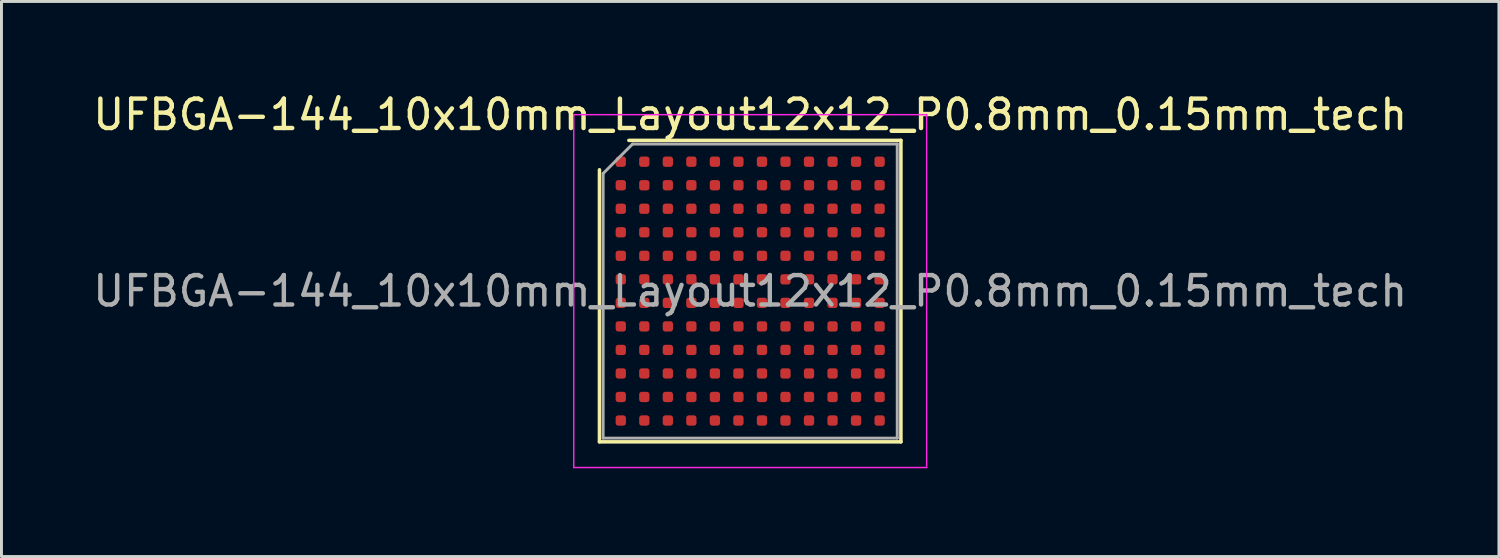
<source format=kicad_pcb>
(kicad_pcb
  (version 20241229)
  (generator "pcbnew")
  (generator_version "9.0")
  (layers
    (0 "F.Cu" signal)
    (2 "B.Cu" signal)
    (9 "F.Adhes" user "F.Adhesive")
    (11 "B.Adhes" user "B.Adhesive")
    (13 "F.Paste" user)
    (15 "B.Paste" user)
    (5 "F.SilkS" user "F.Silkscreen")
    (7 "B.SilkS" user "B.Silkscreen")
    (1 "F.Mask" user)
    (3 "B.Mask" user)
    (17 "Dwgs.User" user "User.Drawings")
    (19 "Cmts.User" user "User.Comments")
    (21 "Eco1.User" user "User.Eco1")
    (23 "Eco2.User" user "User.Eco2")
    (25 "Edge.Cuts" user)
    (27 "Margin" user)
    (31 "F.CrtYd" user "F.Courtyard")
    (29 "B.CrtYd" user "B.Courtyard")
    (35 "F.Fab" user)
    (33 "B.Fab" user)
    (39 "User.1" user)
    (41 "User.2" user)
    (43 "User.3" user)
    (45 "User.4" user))
  (footprint "UFBGA-144_10x10mm_Layout12x12_P0.8mm_0.15mm_tech"
    (layer "F.Cu")
    (at 22.458 6.848)
    (property "Reference" "UFBGA-144_10x10mm_Layout12x12_P0.8mm_0.15mm_tech" (at 0 -6 0) (layer "F.SilkS") (effects (font (size 1 1) (thickness 0.15))))
    (attr smd)
    (fp_line (start -5.125 5.125) (end -5.125 -4.125) (stroke (width 0.12) (type solid)) (layer "F.SilkS"))
    (fp_line (start -4.125 -5.125) (end 5.125 -5.125) (stroke (width 0.12) (type solid)) (layer "F.SilkS"))
    (fp_line (start 5.125 -5.125) (end 5.125 5.125) (stroke (width 0.12) (type solid)) (layer "F.SilkS"))
    (fp_line (start 5.125 5.125) (end -5.125 5.125) (stroke (width 0.12) (type solid)) (layer "F.SilkS"))
    (fp_line (start -6 -6) (end -6 6) (stroke (width 0.05) (type solid)) (layer "F.CrtYd"))
    (fp_line (start -6 6) (end 6 6) (stroke (width 0.05) (type solid)) (layer "F.CrtYd"))
    (fp_line (start 6 -6) (end -6 -6) (stroke (width 0.05) (type solid)) (layer "F.CrtYd"))
    (fp_line (start 6 6) (end 6 -6) (stroke (width 0.05) (type solid)) (layer "F.CrtYd"))
    (fp_line (start -5 -4) (end -4 -5) (stroke (width 0.1) (type solid)) (layer "F.Fab"))
    (fp_line (start -5 5) (end -5 -4) (stroke (width 0.1) (type solid)) (layer "F.Fab"))
    (fp_line (start -4 -5) (end 5 -5) (stroke (width 0.1) (type solid)) (layer "F.Fab"))
    (fp_line (start 5 -5) (end 5 5) (stroke (width 0.1) (type solid)) (layer "F.Fab"))
    (fp_line (start 5 5) (end -5 5) (stroke (width 0.1) (type solid)) (layer "F.Fab"))
    (fp_text user "${REFERENCE}" (at 0 0 0) (layer "F.Fab") (effects (font (size 1 1) (thickness 0.15))))
    (pad "" smd circle (at -4.4 -4.4) (size 0.4 0.4) (layers "F.Mask" "F.Paste"))
    (pad "" smd circle (at -4.4 -3.6) (size 0.4 0.4) (layers "F.Mask" "F.Paste"))
    (pad "" smd circle (at -4.4 -2.8) (size 0.4 0.4) (layers "F.Mask" "F.Paste"))
    (pad "" smd circle (at -4.4 -2) (size 0.4 0.4) (layers "F.Mask" "F.Paste"))
    (pad "" smd circle (at -4.4 -1.2) (size 0.4 0.4) (layers "F.Mask" "F.Paste"))
    (pad "" smd circle (at -4.4 -0.4) (size 0.4 0.4) (layers "F.Mask" "F.Paste"))
    (pad "" smd circle (at -4.4 0.4) (size 0.4 0.4) (layers "F.Mask" "F.Paste"))
    (pad "" smd circle (at -4.4 1.2) (size 0.4 0.4) (layers "F.Mask" "F.Paste"))
    (pad "" smd circle (at -4.4 2) (size 0.4 0.4) (layers "F.Mask" "F.Paste"))
    (pad "" smd circle (at -4.4 2.8) (size 0.4 0.4) (layers "F.Mask" "F.Paste"))
    (pad "" smd circle (at -4.4 3.6) (size 0.4 0.4) (layers "F.Mask" "F.Paste"))
    (pad "" smd circle (at -4.4 4.4) (size 0.4 0.4) (layers "F.Mask" "F.Paste"))
    (pad "" smd circle (at -3.6 -4.4) (size 0.4 0.4) (layers "F.Mask" "F.Paste"))
    (pad "" smd circle (at -3.6 -3.6) (size 0.4 0.4) (layers "F.Mask" "F.Paste"))
    (pad "" smd circle (at -3.6 -2.8) (size 0.4 0.4) (layers "F.Mask" "F.Paste"))
    (pad "" smd circle (at -3.6 -2) (size 0.4 0.4) (layers "F.Mask" "F.Paste"))
    (pad "" smd circle (at -3.6 -1.2) (size 0.4 0.4) (layers "F.Mask" "F.Paste"))
    (pad "" smd circle (at -3.6 -0.4) (size 0.4 0.4) (layers "F.Mask" "F.Paste"))
    (pad "" smd circle (at -3.6 0.4) (size 0.4 0.4) (layers "F.Mask" "F.Paste"))
    (pad "" smd circle (at -3.6 1.2) (size 0.4 0.4) (layers "F.Mask" "F.Paste"))
    (pad "" smd circle (at -3.6 2) (size 0.4 0.4) (layers "F.Mask" "F.Paste"))
    (pad "" smd circle (at -3.6 2.8) (size 0.4 0.4) (layers "F.Mask" "F.Paste"))
    (pad "" smd circle (at -3.6 3.6) (size 0.4 0.4) (layers "F.Mask" "F.Paste"))
    (pad "" smd circle (at -3.6 4.4) (size 0.4 0.4) (layers "F.Mask" "F.Paste"))
    (pad "" smd circle (at -2.8 -4.4) (size 0.4 0.4) (layers "F.Mask" "F.Paste"))
    (pad "" smd circle (at -2.8 -3.6) (size 0.4 0.4) (layers "F.Mask" "F.Paste"))
    (pad "" smd circle (at -2.8 -2.8) (size 0.4 0.4) (layers "F.Mask" "F.Paste"))
    (pad "" smd circle (at -2.8 -2) (size 0.4 0.4) (layers "F.Mask" "F.Paste"))
    (pad "" smd circle (at -2.8 -1.2) (size 0.4 0.4) (layers "F.Mask" "F.Paste"))
    (pad "" smd circle (at -2.8 -0.4) (size 0.4 0.4) (layers "F.Mask" "F.Paste"))
    (pad "" smd circle (at -2.8 0.4) (size 0.4 0.4) (layers "F.Mask" "F.Paste"))
    (pad "" smd circle (at -2.8 1.2) (size 0.4 0.4) (layers "F.Mask" "F.Paste"))
    (pad "" smd circle (at -2.8 2) (size 0.4 0.4) (layers "F.Mask" "F.Paste"))
    (pad "" smd circle (at -2.8 2.8) (size 0.4 0.4) (layers "F.Mask" "F.Paste"))
    (pad "" smd circle (at -2.8 3.6) (size 0.4 0.4) (layers "F.Mask" "F.Paste"))
    (pad "" smd circle (at -2.8 4.4) (size 0.4 0.4) (layers "F.Mask" "F.Paste"))
    (pad "" smd circle (at -2 -4.4) (size 0.4 0.4) (layers "F.Mask" "F.Paste"))
    (pad "" smd circle (at -2 -3.6) (size 0.4 0.4) (layers "F.Mask" "F.Paste"))
    (pad "" smd circle (at -2 -2.8) (size 0.4 0.4) (layers "F.Mask" "F.Paste"))
    (pad "" smd circle (at -2 -2) (size 0.4 0.4) (layers "F.Mask" "F.Paste"))
    (pad "" smd circle (at -2 -1.2) (size 0.4 0.4) (layers "F.Mask" "F.Paste"))
    (pad "" smd circle (at -2 -0.4) (size 0.4 0.4) (layers "F.Mask" "F.Paste"))
    (pad "" smd circle (at -2 0.4) (size 0.4 0.4) (layers "F.Mask" "F.Paste"))
    (pad "" smd circle (at -2 1.2) (size 0.4 0.4) (layers "F.Mask" "F.Paste"))
    (pad "" smd circle (at -2 2) (size 0.4 0.4) (layers "F.Mask" "F.Paste"))
    (pad "" smd circle (at -2 2.8) (size 0.4 0.4) (layers "F.Mask" "F.Paste"))
    (pad "" smd circle (at -2 3.6) (size 0.4 0.4) (layers "F.Mask" "F.Paste"))
    (pad "" smd circle (at -2 4.4) (size 0.4 0.4) (layers "F.Mask" "F.Paste"))
    (pad "" smd circle (at -1.2 -4.4) (size 0.4 0.4) (layers "F.Mask" "F.Paste"))
    (pad "" smd circle (at -1.2 -3.6) (size 0.4 0.4) (layers "F.Mask" "F.Paste"))
    (pad "" smd circle (at -1.2 -2.8) (size 0.4 0.4) (layers "F.Mask" "F.Paste"))
    (pad "" smd circle (at -1.2 -2) (size 0.4 0.4) (layers "F.Mask" "F.Paste"))
    (pad "" smd circle (at -1.2 -1.2) (size 0.4 0.4) (layers "F.Mask" "F.Paste"))
    (pad "" smd circle (at -1.2 -0.4) (size 0.4 0.4) (layers "F.Mask" "F.Paste"))
    (pad "" smd circle (at -1.2 0.4) (size 0.4 0.4) (layers "F.Mask" "F.Paste"))
    (pad "" smd circle (at -1.2 1.2) (size 0.4 0.4) (layers "F.Mask" "F.Paste"))
    (pad "" smd circle (at -1.2 2) (size 0.4 0.4) (layers "F.Mask" "F.Paste"))
    (pad "" smd circle (at -1.2 2.8) (size 0.4 0.4) (layers "F.Mask" "F.Paste"))
    (pad "" smd circle (at -1.2 3.6) (size 0.4 0.4) (layers "F.Mask" "F.Paste"))
    (pad "" smd circle (at -1.2 4.4) (size 0.4 0.4) (layers "F.Mask" "F.Paste"))
    (pad "" smd circle (at -0.4 -4.4) (size 0.4 0.4) (layers "F.Mask" "F.Paste"))
    (pad "" smd circle (at -0.4 -3.6) (size 0.4 0.4) (layers "F.Mask" "F.Paste"))
    (pad "" smd circle (at -0.4 -2.8) (size 0.4 0.4) (layers "F.Mask" "F.Paste"))
    (pad "" smd circle (at -0.4 -2) (size 0.4 0.4) (layers "F.Mask" "F.Paste"))
    (pad "" smd circle (at -0.4 -1.2) (size 0.4 0.4) (layers "F.Mask" "F.Paste"))
    (pad "" smd circle (at -0.4 -0.4) (size 0.4 0.4) (layers "F.Mask" "F.Paste"))
    (pad "" smd circle (at -0.4 0.4) (size 0.4 0.4) (layers "F.Mask" "F.Paste"))
    (pad "" smd circle (at -0.4 1.2) (size 0.4 0.4) (layers "F.Mask" "F.Paste"))
    (pad "" smd circle (at -0.4 2) (size 0.4 0.4) (layers "F.Mask" "F.Paste"))
    (pad "" smd circle (at -0.4 2.8) (size 0.4 0.4) (layers "F.Mask" "F.Paste"))
    (pad "" smd circle (at -0.4 3.6) (size 0.4 0.4) (layers "F.Mask" "F.Paste"))
    (pad "" smd circle (at -0.4 4.4) (size 0.4 0.4) (layers "F.Mask" "F.Paste"))
    (pad "" smd circle (at 0.4 -4.4) (size 0.4 0.4) (layers "F.Mask" "F.Paste"))
    (pad "" smd circle (at 0.4 -3.6) (size 0.4 0.4) (layers "F.Mask" "F.Paste"))
    (pad "" smd circle (at 0.4 -2.8) (size 0.4 0.4) (layers "F.Mask" "F.Paste"))
    (pad "" smd circle (at 0.4 -2) (size 0.4 0.4) (layers "F.Mask" "F.Paste"))
    (pad "" smd circle (at 0.4 -1.2) (size 0.4 0.4) (layers "F.Mask" "F.Paste"))
    (pad "" smd circle (at 0.4 -0.4) (size 0.4 0.4) (layers "F.Mask" "F.Paste"))
    (pad "" smd circle (at 0.4 0.4) (size 0.4 0.4) (layers "F.Mask" "F.Paste"))
    (pad "" smd circle (at 0.4 1.2) (size 0.4 0.4) (layers "F.Mask" "F.Paste"))
    (pad "" smd circle (at 0.4 2) (size 0.4 0.4) (layers "F.Mask" "F.Paste"))
    (pad "" smd circle (at 0.4 2.8) (size 0.4 0.4) (layers "F.Mask" "F.Paste"))
    (pad "" smd circle (at 0.4 3.6) (size 0.4 0.4) (layers "F.Mask" "F.Paste"))
    (pad "" smd circle (at 0.4 4.4) (size 0.4 0.4) (layers "F.Mask" "F.Paste"))
    (pad "" smd circle (at 1.2 -4.4) (size 0.4 0.4) (layers "F.Mask" "F.Paste"))
    (pad "" smd circle (at 1.2 -3.6) (size 0.4 0.4) (layers "F.Mask" "F.Paste"))
    (pad "" smd circle (at 1.2 -2.8) (size 0.4 0.4) (layers "F.Mask" "F.Paste"))
    (pad "" smd circle (at 1.2 -2) (size 0.4 0.4) (layers "F.Mask" "F.Paste"))
    (pad "" smd circle (at 1.2 -1.2) (size 0.4 0.4) (layers "F.Mask" "F.Paste"))
    (pad "" smd circle (at 1.2 -0.4) (size 0.4 0.4) (layers "F.Mask" "F.Paste"))
    (pad "" smd circle (at 1.2 0.4) (size 0.4 0.4) (layers "F.Mask" "F.Paste"))
    (pad "" smd circle (at 1.2 1.2) (size 0.4 0.4) (layers "F.Mask" "F.Paste"))
    (pad "" smd circle (at 1.2 2) (size 0.4 0.4) (layers "F.Mask" "F.Paste"))
    (pad "" smd circle (at 1.2 2.8) (size 0.4 0.4) (layers "F.Mask" "F.Paste"))
    (pad "" smd circle (at 1.2 3.6) (size 0.4 0.4) (layers "F.Mask" "F.Paste"))
    (pad "" smd circle (at 1.2 4.4) (size 0.4 0.4) (layers "F.Mask" "F.Paste"))
    (pad "" smd circle (at 2 -4.4) (size 0.4 0.4) (layers "F.Mask" "F.Paste"))
    (pad "" smd circle (at 2 -3.6) (size 0.4 0.4) (layers "F.Mask" "F.Paste"))
    (pad "" smd circle (at 2 -2.8) (size 0.4 0.4) (layers "F.Mask" "F.Paste"))
    (pad "" smd circle (at 2 -2) (size 0.4 0.4) (layers "F.Mask" "F.Paste"))
    (pad "" smd circle (at 2 -1.2) (size 0.4 0.4) (layers "F.Mask" "F.Paste"))
    (pad "" smd circle (at 2 -0.4) (size 0.4 0.4) (layers "F.Mask" "F.Paste"))
    (pad "" smd circle (at 2 0.4) (size 0.4 0.4) (layers "F.Mask" "F.Paste"))
    (pad "" smd circle (at 2 1.2) (size 0.4 0.4) (layers "F.Mask" "F.Paste"))
    (pad "" smd circle (at 2 2) (size 0.4 0.4) (layers "F.Mask" "F.Paste"))
    (pad "" smd circle (at 2 2.8) (size 0.4 0.4) (layers "F.Mask" "F.Paste"))
    (pad "" smd circle (at 2 3.6) (size 0.4 0.4) (layers "F.Mask" "F.Paste"))
    (pad "" smd circle (at 2 4.4) (size 0.4 0.4) (layers "F.Mask" "F.Paste"))
    (pad "" smd circle (at 2.8 -4.4) (size 0.4 0.4) (layers "F.Mask" "F.Paste"))
    (pad "" smd circle (at 2.8 -3.6) (size 0.4 0.4) (layers "F.Mask" "F.Paste"))
    (pad "" smd circle (at 2.8 -2.8) (size 0.4 0.4) (layers "F.Mask" "F.Paste"))
    (pad "" smd circle (at 2.8 -2) (size 0.4 0.4) (layers "F.Mask" "F.Paste"))
    (pad "" smd circle (at 2.8 -1.2) (size 0.4 0.4) (layers "F.Mask" "F.Paste"))
    (pad "" smd circle (at 2.8 -0.4) (size 0.4 0.4) (layers "F.Mask" "F.Paste"))
    (pad "" smd circle (at 2.8 0.4) (size 0.4 0.4) (layers "F.Mask" "F.Paste"))
    (pad "" smd circle (at 2.8 1.2) (size 0.4 0.4) (layers "F.Mask" "F.Paste"))
    (pad "" smd circle (at 2.8 2) (size 0.4 0.4) (layers "F.Mask" "F.Paste"))
    (pad "" smd circle (at 2.8 2.8) (size 0.4 0.4) (layers "F.Mask" "F.Paste"))
    (pad "" smd circle (at 2.8 3.6) (size 0.4 0.4) (layers "F.Mask" "F.Paste"))
    (pad "" smd circle (at 2.8 4.4) (size 0.4 0.4) (layers "F.Mask" "F.Paste"))
    (pad "" smd circle (at 3.6 -4.4) (size 0.4 0.4) (layers "F.Mask" "F.Paste"))
    (pad "" smd circle (at 3.6 -3.6) (size 0.4 0.4) (layers "F.Mask" "F.Paste"))
    (pad "" smd circle (at 3.6 -2.8) (size 0.4 0.4) (layers "F.Mask" "F.Paste"))
    (pad "" smd circle (at 3.6 -2) (size 0.4 0.4) (layers "F.Mask" "F.Paste"))
    (pad "" smd circle (at 3.6 -1.2) (size 0.4 0.4) (layers "F.Mask" "F.Paste"))
    (pad "" smd circle (at 3.6 -0.4) (size 0.4 0.4) (layers "F.Mask" "F.Paste"))
    (pad "" smd circle (at 3.6 0.4) (size 0.4 0.4) (layers "F.Mask" "F.Paste"))
    (pad "" smd circle (at 3.6 1.2) (size 0.4 0.4) (layers "F.Mask" "F.Paste"))
    (pad "" smd circle (at 3.6 2) (size 0.4 0.4) (layers "F.Mask" "F.Paste"))
    (pad "" smd circle (at 3.6 2.8) (size 0.4 0.4) (layers "F.Mask" "F.Paste"))
    (pad "" smd circle (at 3.6 3.6) (size 0.4 0.4) (layers "F.Mask" "F.Paste"))
    (pad "" smd circle (at 3.6 4.4) (size 0.4 0.4) (layers "F.Mask" "F.Paste"))
    (pad "" smd circle (at 4.4 -4.4) (size 0.4 0.4) (layers "F.Mask" "F.Paste"))
    (pad "" smd circle (at 4.4 -3.6) (size 0.4 0.4) (layers "F.Mask" "F.Paste"))
    (pad "" smd circle (at 4.4 -2.8) (size 0.4 0.4) (layers "F.Mask" "F.Paste"))
    (pad "" smd circle (at 4.4 -2) (size 0.4 0.4) (layers "F.Mask" "F.Paste"))
    (pad "" smd circle (at 4.4 -1.2) (size 0.4 0.4) (layers "F.Mask" "F.Paste"))
    (pad "" smd circle (at 4.4 -0.4) (size 0.4 0.4) (layers "F.Mask" "F.Paste"))
    (pad "" smd circle (at 4.4 0.4) (size 0.4 0.4) (layers "F.Mask" "F.Paste"))
    (pad "" smd circle (at 4.4 1.2) (size 0.4 0.4) (layers "F.Mask" "F.Paste"))
    (pad "" smd circle (at 4.4 2) (size 0.4 0.4) (layers "F.Mask" "F.Paste"))
    (pad "" smd circle (at 4.4 2.8) (size 0.4 0.4) (layers "F.Mask" "F.Paste"))
    (pad "" smd circle (at 4.4 3.6) (size 0.4 0.4) (layers "F.Mask" "F.Paste"))
    (pad "" smd circle (at 4.4 4.4) (size 0.4 0.4) (layers "F.Mask" "F.Paste"))
    (pad "A1" smd roundrect (at -4.4 -4.4) (size 0.35 0.35) (layers "F.Cu") (roundrect_rratio 0.25))
    (pad "A2" smd roundrect (at -3.6 -4.4) (size 0.35 0.35) (layers "F.Cu") (roundrect_rratio 0.25))
    (pad "A3" smd roundrect (at -2.8 -4.4) (size 0.35 0.35) (layers "F.Cu") (roundrect_rratio 0.25))
    (pad "A4" smd roundrect (at -2 -4.4) (size 0.35 0.35) (layers "F.Cu") (roundrect_rratio 0.25))
    (pad "A5" smd roundrect (at -1.2 -4.4) (size 0.35 0.35) (layers "F.Cu") (roundrect_rratio 0.25))
    (pad "A6" smd roundrect (at -0.4 -4.4) (size 0.35 0.35) (layers "F.Cu") (roundrect_rratio 0.25))
    (pad "A7" smd roundrect (at 0.4 -4.4) (size 0.35 0.35) (layers "F.Cu") (roundrect_rratio 0.25))
    (pad "A8" smd roundrect (at 1.2 -4.4) (size 0.35 0.35) (layers "F.Cu") (roundrect_rratio 0.25))
    (pad "A9" smd roundrect (at 2 -4.4) (size 0.35 0.35) (layers "F.Cu") (roundrect_rratio 0.25))
    (pad "A10" smd roundrect (at 2.8 -4.4) (size 0.35 0.35) (layers "F.Cu") (roundrect_rratio 0.25))
    (pad "A11" smd roundrect (at 3.6 -4.4) (size 0.35 0.35) (layers "F.Cu") (roundrect_rratio 0.25))
    (pad "A12" smd roundrect (at 4.4 -4.4) (size 0.35 0.35) (layers "F.Cu") (roundrect_rratio 0.25))
    (pad "B1" smd roundrect (at -4.4 -3.6) (size 0.35 0.35) (layers "F.Cu") (roundrect_rratio 0.25))
    (pad "B2" smd roundrect (at -3.6 -3.6) (size 0.35 0.35) (layers "F.Cu") (roundrect_rratio 0.25))
    (pad "B3" smd roundrect (at -2.8 -3.6) (size 0.35 0.35) (layers "F.Cu") (roundrect_rratio 0.25))
    (pad "B4" smd roundrect (at -2 -3.6) (size 0.35 0.35) (layers "F.Cu") (roundrect_rratio 0.25))
    (pad "B5" smd roundrect (at -1.2 -3.6) (size 0.35 0.35) (layers "F.Cu") (roundrect_rratio 0.25))
    (pad "B6" smd roundrect (at -0.4 -3.6) (size 0.35 0.35) (layers "F.Cu") (roundrect_rratio 0.25))
    (pad "B7" smd roundrect (at 0.4 -3.6) (size 0.35 0.35) (layers "F.Cu") (roundrect_rratio 0.25))
    (pad "B8" smd roundrect (at 1.2 -3.6) (size 0.35 0.35) (layers "F.Cu") (roundrect_rratio 0.25))
    (pad "B9" smd roundrect (at 2 -3.6) (size 0.35 0.35) (layers "F.Cu") (roundrect_rratio 0.25))
    (pad "B10" smd roundrect (at 2.8 -3.6) (size 0.35 0.35) (layers "F.Cu") (roundrect_rratio 0.25))
    (pad "B11" smd roundrect (at 3.6 -3.6) (size 0.35 0.35) (layers "F.Cu") (roundrect_rratio 0.25))
    (pad "B12" smd roundrect (at 4.4 -3.6) (size 0.35 0.35) (layers "F.Cu") (roundrect_rratio 0.25))
    (pad "C1" smd roundrect (at -4.4 -2.8) (size 0.35 0.35) (layers "F.Cu") (roundrect_rratio 0.25))
    (pad "C2" smd roundrect (at -3.6 -2.8) (size 0.35 0.35) (layers "F.Cu") (roundrect_rratio 0.25))
    (pad "C3" smd roundrect (at -2.8 -2.8) (size 0.35 0.35) (layers "F.Cu") (roundrect_rratio 0.25))
    (pad "C4" smd roundrect (at -2 -2.8) (size 0.35 0.35) (layers "F.Cu") (roundrect_rratio 0.25))
    (pad "C5" smd roundrect (at -1.2 -2.8) (size 0.35 0.35) (layers "F.Cu") (roundrect_rratio 0.25))
    (pad "C6" smd roundrect (at -0.4 -2.8) (size 0.35 0.35) (layers "F.Cu") (roundrect_rratio 0.25))
    (pad "C7" smd roundrect (at 0.4 -2.8) (size 0.35 0.35) (layers "F.Cu") (roundrect_rratio 0.25))
    (pad "C8" smd roundrect (at 1.2 -2.8) (size 0.35 0.35) (layers "F.Cu") (roundrect_rratio 0.25))
    (pad "C9" smd roundrect (at 2 -2.8) (size 0.35 0.35) (layers "F.Cu") (roundrect_rratio 0.25))
    (pad "C10" smd roundrect (at 2.8 -2.8) (size 0.35 0.35) (layers "F.Cu") (roundrect_rratio 0.25))
    (pad "C11" smd roundrect (at 3.6 -2.8) (size 0.35 0.35) (layers "F.Cu") (roundrect_rratio 0.25))
    (pad "C12" smd roundrect (at 4.4 -2.8) (size 0.35 0.35) (layers "F.Cu") (roundrect_rratio 0.25))
    (pad "D1" smd roundrect (at -4.4 -2) (size 0.35 0.35) (layers "F.Cu") (roundrect_rratio 0.25))
    (pad "D2" smd roundrect (at -3.6 -2) (size 0.35 0.35) (layers "F.Cu") (roundrect_rratio 0.25))
    (pad "D3" smd roundrect (at -2.8 -2) (size 0.35 0.35) (layers "F.Cu") (roundrect_rratio 0.25))
    (pad "D4" smd roundrect (at -2 -2) (size 0.35 0.35) (layers "F.Cu") (roundrect_rratio 0.25))
    (pad "D5" smd roundrect (at -1.2 -2) (size 0.35 0.35) (layers "F.Cu") (roundrect_rratio 0.25))
    (pad "D6" smd roundrect (at -0.4 -2) (size 0.35 0.35) (layers "F.Cu") (roundrect_rratio 0.25))
    (pad "D7" smd roundrect (at 0.4 -2) (size 0.35 0.35) (layers "F.Cu") (roundrect_rratio 0.25))
    (pad "D8" smd roundrect (at 1.2 -2) (size 0.35 0.35) (layers "F.Cu") (roundrect_rratio 0.25))
    (pad "D9" smd roundrect (at 2 -2) (size 0.35 0.35) (layers "F.Cu") (roundrect_rratio 0.25))
    (pad "D10" smd roundrect (at 2.8 -2) (size 0.35 0.35) (layers "F.Cu") (roundrect_rratio 0.25))
    (pad "D11" smd roundrect (at 3.6 -2) (size 0.35 0.35) (layers "F.Cu") (roundrect_rratio 0.25))
    (pad "D12" smd roundrect (at 4.4 -2) (size 0.35 0.35) (layers "F.Cu") (roundrect_rratio 0.25))
    (pad "E1" smd roundrect (at -4.4 -1.2) (size 0.35 0.35) (layers "F.Cu") (roundrect_rratio 0.25))
    (pad "E2" smd roundrect (at -3.6 -1.2) (size 0.35 0.35) (layers "F.Cu") (roundrect_rratio 0.25))
    (pad "E3" smd roundrect (at -2.8 -1.2) (size 0.35 0.35) (layers "F.Cu") (roundrect_rratio 0.25))
    (pad "E4" smd roundrect (at -2 -1.2) (size 0.35 0.35) (layers "F.Cu") (roundrect_rratio 0.25))
    (pad "E5" smd roundrect (at -1.2 -1.2) (size 0.35 0.35) (layers "F.Cu") (roundrect_rratio 0.25))
    (pad "E6" smd roundrect (at -0.4 -1.2) (size 0.35 0.35) (layers "F.Cu") (roundrect_rratio 0.25))
    (pad "E7" smd roundrect (at 0.4 -1.2) (size 0.35 0.35) (layers "F.Cu") (roundrect_rratio 0.25))
    (pad "E8" smd roundrect (at 1.2 -1.2) (size 0.35 0.35) (layers "F.Cu") (roundrect_rratio 0.25))
    (pad "E9" smd roundrect (at 2 -1.2) (size 0.35 0.35) (layers "F.Cu") (roundrect_rratio 0.25))
    (pad "E10" smd roundrect (at 2.8 -1.2) (size 0.35 0.35) (layers "F.Cu") (roundrect_rratio 0.25))
    (pad "E11" smd roundrect (at 3.6 -1.2) (size 0.35 0.35) (layers "F.Cu") (roundrect_rratio 0.25))
    (pad "E12" smd roundrect (at 4.4 -1.2) (size 0.35 0.35) (layers "F.Cu") (roundrect_rratio 0.25))
    (pad "F1" smd roundrect (at -4.4 -0.4) (size 0.35 0.35) (layers "F.Cu") (roundrect_rratio 0.25))
    (pad "F2" smd roundrect (at -3.6 -0.4) (size 0.35 0.35) (layers "F.Cu") (roundrect_rratio 0.25))
    (pad "F3" smd roundrect (at -2.8 -0.4) (size 0.35 0.35) (layers "F.Cu") (roundrect_rratio 0.25))
    (pad "F4" smd roundrect (at -2 -0.4) (size 0.35 0.35) (layers "F.Cu") (roundrect_rratio 0.25))
    (pad "F5" smd roundrect (at -1.2 -0.4) (size 0.35 0.35) (layers "F.Cu") (roundrect_rratio 0.25))
    (pad "F6" smd roundrect (at -0.4 -0.4) (size 0.35 0.35) (layers "F.Cu") (roundrect_rratio 0.25))
    (pad "F7" smd roundrect (at 0.4 -0.4) (size 0.35 0.35) (layers "F.Cu") (roundrect_rratio 0.25))
    (pad "F8" smd roundrect (at 1.2 -0.4) (size 0.35 0.35) (layers "F.Cu") (roundrect_rratio 0.25))
    (pad "F9" smd roundrect (at 2 -0.4) (size 0.35 0.35) (layers "F.Cu") (roundrect_rratio 0.25))
    (pad "F10" smd roundrect (at 2.8 -0.4) (size 0.35 0.35) (layers "F.Cu") (roundrect_rratio 0.25))
    (pad "F11" smd roundrect (at 3.6 -0.4) (size 0.35 0.35) (layers "F.Cu") (roundrect_rratio 0.25))
    (pad "F12" smd roundrect (at 4.4 -0.4) (size 0.35 0.35) (layers "F.Cu") (roundrect_rratio 0.25))
    (pad "G1" smd roundrect (at -4.4 0.4) (size 0.35 0.35) (layers "F.Cu") (roundrect_rratio 0.25))
    (pad "G2" smd roundrect (at -3.6 0.4) (size 0.35 0.35) (layers "F.Cu") (roundrect_rratio 0.25))
    (pad "G3" smd roundrect (at -2.8 0.4) (size 0.35 0.35) (layers "F.Cu") (roundrect_rratio 0.25))
    (pad "G4" smd roundrect (at -2 0.4) (size 0.35 0.35) (layers "F.Cu") (roundrect_rratio 0.25))
    (pad "G5" smd roundrect (at -1.2 0.4) (size 0.35 0.35) (layers "F.Cu") (roundrect_rratio 0.25))
    (pad "G6" smd roundrect (at -0.4 0.4) (size 0.35 0.35) (layers "F.Cu") (roundrect_rratio 0.25))
    (pad "G7" smd roundrect (at 0.4 0.4) (size 0.35 0.35) (layers "F.Cu") (roundrect_rratio 0.25))
    (pad "G8" smd roundrect (at 1.2 0.4) (size 0.35 0.35) (layers "F.Cu") (roundrect_rratio 0.25))
    (pad "G9" smd roundrect (at 2 0.4) (size 0.35 0.35) (layers "F.Cu") (roundrect_rratio 0.25))
    (pad "G10" smd roundrect (at 2.8 0.4) (size 0.35 0.35) (layers "F.Cu") (roundrect_rratio 0.25))
    (pad "G11" smd roundrect (at 3.6 0.4) (size 0.35 0.35) (layers "F.Cu") (roundrect_rratio 0.25))
    (pad "G12" smd roundrect (at 4.4 0.4) (size 0.35 0.35) (layers "F.Cu") (roundrect_rratio 0.25))
    (pad "H1" smd roundrect (at -4.4 1.2) (size 0.35 0.35) (layers "F.Cu") (roundrect_rratio 0.25))
    (pad "H2" smd roundrect (at -3.6 1.2) (size 0.35 0.35) (layers "F.Cu") (roundrect_rratio 0.25))
    (pad "H3" smd roundrect (at -2.8 1.2) (size 0.35 0.35) (layers "F.Cu") (roundrect_rratio 0.25))
    (pad "H4" smd roundrect (at -2 1.2) (size 0.35 0.35) (layers "F.Cu") (roundrect_rratio 0.25))
    (pad "H5" smd roundrect (at -1.2 1.2) (size 0.35 0.35) (layers "F.Cu") (roundrect_rratio 0.25))
    (pad "H6" smd roundrect (at -0.4 1.2) (size 0.35 0.35) (layers "F.Cu") (roundrect_rratio 0.25))
    (pad "H7" smd roundrect (at 0.4 1.2) (size 0.35 0.35) (layers "F.Cu") (roundrect_rratio 0.25))
    (pad "H8" smd roundrect (at 1.2 1.2) (size 0.35 0.35) (layers "F.Cu") (roundrect_rratio 0.25))
    (pad "H9" smd roundrect (at 2 1.2) (size 0.35 0.35) (layers "F.Cu") (roundrect_rratio 0.25))
    (pad "H10" smd roundrect (at 2.8 1.2) (size 0.35 0.35) (layers "F.Cu") (roundrect_rratio 0.25))
    (pad "H11" smd roundrect (at 3.6 1.2) (size 0.35 0.35) (layers "F.Cu") (roundrect_rratio 0.25))
    (pad "H12" smd roundrect (at 4.4 1.2) (size 0.35 0.35) (layers "F.Cu") (roundrect_rratio 0.25))
    (pad "J1" smd roundrect (at -4.4 2) (size 0.35 0.35) (layers "F.Cu") (roundrect_rratio 0.25))
    (pad "J2" smd roundrect (at -3.6 2) (size 0.35 0.35) (layers "F.Cu") (roundrect_rratio 0.25))
    (pad "J3" smd roundrect (at -2.8 2) (size 0.35 0.35) (layers "F.Cu") (roundrect_rratio 0.25))
    (pad "J4" smd roundrect (at -2 2) (size 0.35 0.35) (layers "F.Cu") (roundrect_rratio 0.25))
    (pad "J5" smd roundrect (at -1.2 2) (size 0.35 0.35) (layers "F.Cu") (roundrect_rratio 0.25))
    (pad "J6" smd roundrect (at -0.4 2) (size 0.35 0.35) (layers "F.Cu") (roundrect_rratio 0.25))
    (pad "J7" smd roundrect (at 0.4 2) (size 0.35 0.35) (layers "F.Cu") (roundrect_rratio 0.25))
    (pad "J8" smd roundrect (at 1.2 2) (size 0.35 0.35) (layers "F.Cu") (roundrect_rratio 0.25))
    (pad "J9" smd roundrect (at 2 2) (size 0.35 0.35) (layers "F.Cu") (roundrect_rratio 0.25))
    (pad "J10" smd roundrect (at 2.8 2) (size 0.35 0.35) (layers "F.Cu") (roundrect_rratio 0.25))
    (pad "J11" smd roundrect (at 3.6 2) (size 0.35 0.35) (layers "F.Cu") (roundrect_rratio 0.25))
    (pad "J12" smd roundrect (at 4.4 2) (size 0.35 0.35) (layers "F.Cu") (roundrect_rratio 0.25))
    (pad "K1" smd roundrect (at -4.4 2.8) (size 0.35 0.35) (layers "F.Cu") (roundrect_rratio 0.25))
    (pad "K2" smd roundrect (at -3.6 2.8) (size 0.35 0.35) (layers "F.Cu") (roundrect_rratio 0.25))
    (pad "K3" smd roundrect (at -2.8 2.8) (size 0.35 0.35) (layers "F.Cu") (roundrect_rratio 0.25))
    (pad "K4" smd roundrect (at -2 2.8) (size 0.35 0.35) (layers "F.Cu") (roundrect_rratio 0.25))
    (pad "K5" smd roundrect (at -1.2 2.8) (size 0.35 0.35) (layers "F.Cu") (roundrect_rratio 0.25))
    (pad "K6" smd roundrect (at -0.4 2.8) (size 0.35 0.35) (layers "F.Cu") (roundrect_rratio 0.25))
    (pad "K7" smd roundrect (at 0.4 2.8) (size 0.35 0.35) (layers "F.Cu") (roundrect_rratio 0.25))
    (pad "K8" smd roundrect (at 1.2 2.8) (size 0.35 0.35) (layers "F.Cu") (roundrect_rratio 0.25))
    (pad "K9" smd roundrect (at 2 2.8) (size 0.35 0.35) (layers "F.Cu") (roundrect_rratio 0.25))
    (pad "K10" smd roundrect (at 2.8 2.8) (size 0.35 0.35) (layers "F.Cu") (roundrect_rratio 0.25))
    (pad "K11" smd roundrect (at 3.6 2.8) (size 0.35 0.35) (layers "F.Cu") (roundrect_rratio 0.25))
    (pad "K12" smd roundrect (at 4.4 2.8) (size 0.35 0.35) (layers "F.Cu") (roundrect_rratio 0.25))
    (pad "L1" smd roundrect (at -4.4 3.6) (size 0.35 0.35) (layers "F.Cu") (roundrect_rratio 0.25))
    (pad "L2" smd roundrect (at -3.6 3.6) (size 0.35 0.35) (layers "F.Cu") (roundrect_rratio 0.25))
    (pad "L3" smd roundrect (at -2.8 3.6) (size 0.35 0.35) (layers "F.Cu") (roundrect_rratio 0.25))
    (pad "L4" smd roundrect (at -2 3.6) (size 0.35 0.35) (layers "F.Cu") (roundrect_rratio 0.25))
    (pad "L5" smd roundrect (at -1.2 3.6) (size 0.35 0.35) (layers "F.Cu") (roundrect_rratio 0.25))
    (pad "L6" smd roundrect (at -0.4 3.6) (size 0.35 0.35) (layers "F.Cu") (roundrect_rratio 0.25))
    (pad "L7" smd roundrect (at 0.4 3.6) (size 0.35 0.35) (layers "F.Cu") (roundrect_rratio 0.25))
    (pad "L8" smd roundrect (at 1.2 3.6) (size 0.35 0.35) (layers "F.Cu") (roundrect_rratio 0.25))
    (pad "L9" smd roundrect (at 2 3.6) (size 0.35 0.35) (layers "F.Cu") (roundrect_rratio 0.25))
    (pad "L10" smd roundrect (at 2.8 3.6) (size 0.35 0.35) (layers "F.Cu") (roundrect_rratio 0.25))
    (pad "L11" smd roundrect (at 3.6 3.6) (size 0.35 0.35) (layers "F.Cu") (roundrect_rratio 0.25))
    (pad "L12" smd roundrect (at 4.4 3.6) (size 0.35 0.35) (layers "F.Cu") (roundrect_rratio 0.25))
    (pad "M1" smd roundrect (at -4.4 4.4) (size 0.35 0.35) (layers "F.Cu") (roundrect_rratio 0.25))
    (pad "M2" smd roundrect (at -3.6 4.4) (size 0.35 0.35) (layers "F.Cu") (roundrect_rratio 0.25))
    (pad "M3" smd roundrect (at -2.8 4.4) (size 0.35 0.35) (layers "F.Cu") (roundrect_rratio 0.25))
    (pad "M4" smd roundrect (at -2 4.4) (size 0.35 0.35) (layers "F.Cu") (roundrect_rratio 0.25))
    (pad "M5" smd roundrect (at -1.2 4.4) (size 0.35 0.35) (layers "F.Cu") (roundrect_rratio 0.25))
    (pad "M6" smd roundrect (at -0.4 4.4) (size 0.35 0.35) (layers "F.Cu") (roundrect_rratio 0.25))
    (pad "M7" smd roundrect (at 0.4 4.4) (size 0.35 0.35) (layers "F.Cu") (roundrect_rratio 0.25))
    (pad "M8" smd roundrect (at 1.2 4.4) (size 0.35 0.35) (layers "F.Cu") (roundrect_rratio 0.25))
    (pad "M9" smd roundrect (at 2 4.4) (size 0.35 0.35) (layers "F.Cu") (roundrect_rratio 0.25))
    (pad "M10" smd roundrect (at 2.8 4.4) (size 0.35 0.35) (layers "F.Cu") (roundrect_rratio 0.25))
    (pad "M11" smd roundrect (at 3.6 4.4) (size 0.35 0.35) (layers "F.Cu") (roundrect_rratio 0.25))
    (pad "M12" smd roundrect (at 4.4 4.4) (size 0.35 0.35) (layers "F.Cu") (roundrect_rratio 0.25)))
  (gr_rect
    (start -3 -3)
    (end 47.917 15.873)
    (stroke (width 0.1) (type default))
    (fill no)
    (layer "Edge.Cuts")))
</source>
